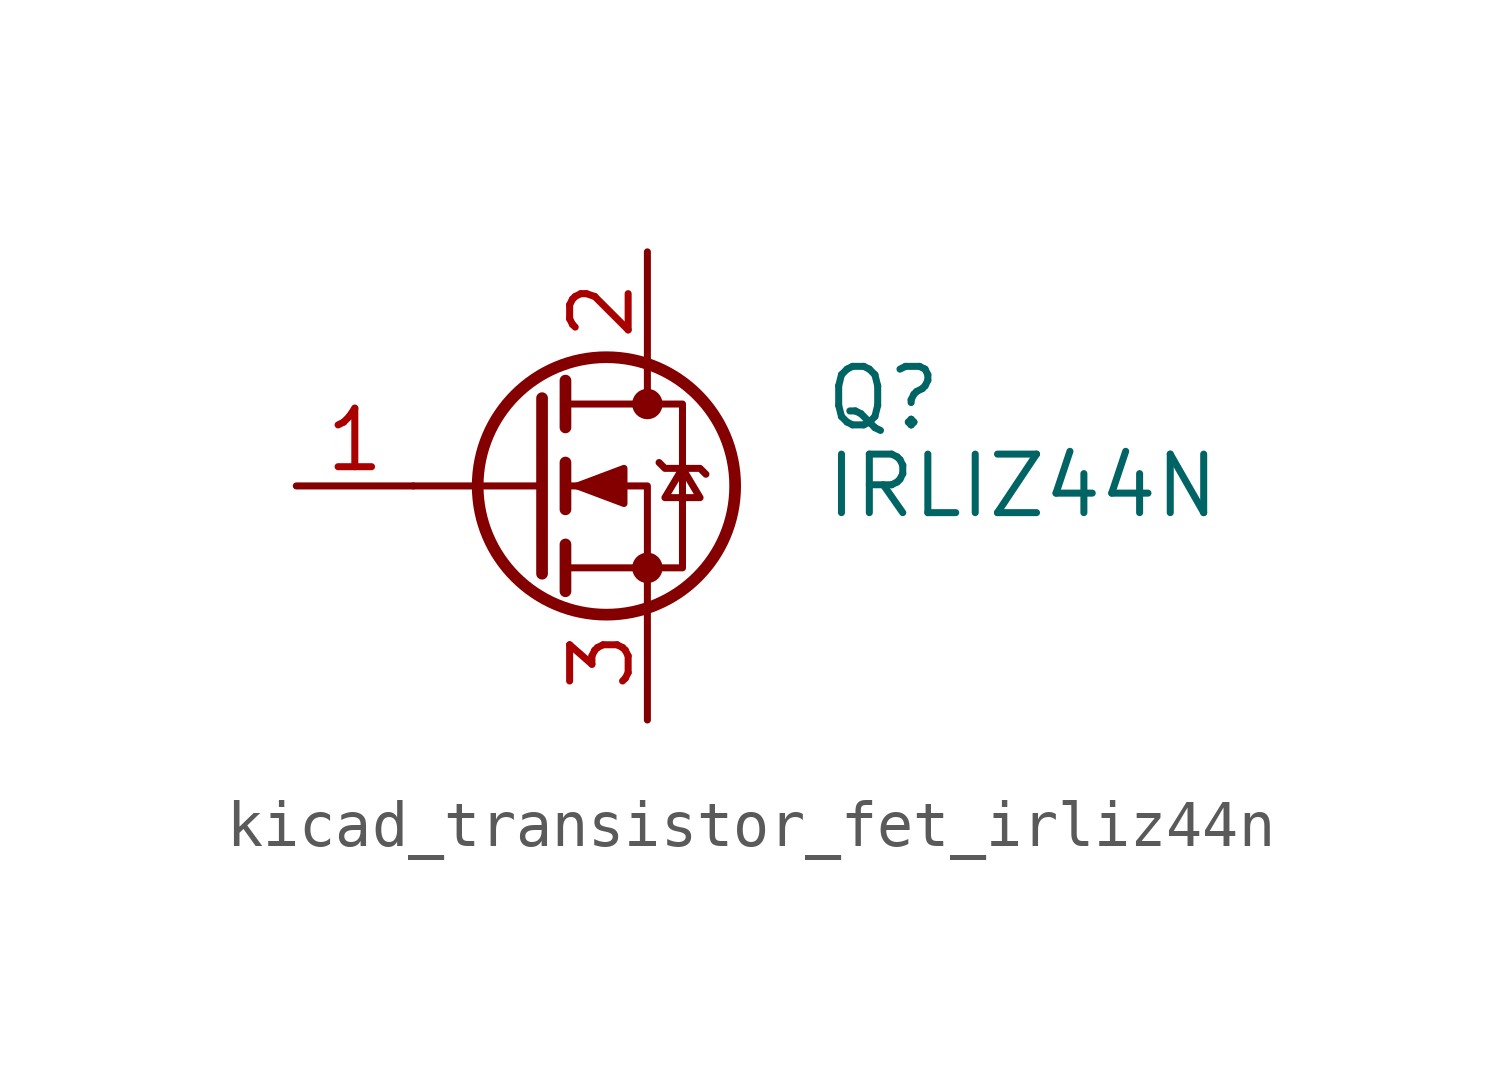
<source format=kicad_sym>
(kicad_symbol_lib
  (version 20220914)
  (generator kicad_symbol_editor)
  (symbol "kicad_transistor_fet_irliz44n"
    (pin_names hide)
    (property "Reference" "Q"
      (at 6.35 1.905 0)
      (effects (font (size 1.27 1.27)) (justify left)))
    (property "Value" "IRLIZ44N"
      (at 6.35 0 0)
      (effects (font (size 1.27 1.27)) (justify left)))
    (symbol "kicad_transistor_fet_irliz44n_0_1"
      (polyline (pts (xy 0.254 0) (xy -2.54 0)) (stroke (width 0) (type default)) (fill (type none)))
      (polyline (pts (xy 0.254 1.905) (xy 0.254 -1.905)) (stroke (width 0.254) (type default)) (fill (type none)))
      (polyline (pts (xy 0.762 -1.27) (xy 0.762 -2.286)) (stroke (width 0.254) (type default)) (fill (type none)))
      (polyline (pts (xy 0.762 0.508) (xy 0.762 -0.508)) (stroke (width 0.254) (type default)) (fill (type none)))
      (polyline (pts (xy 0.762 2.286) (xy 0.762 1.27)) (stroke (width 0.254) (type default)) (fill (type none)))
      (polyline (pts (xy 2.54 2.54) (xy 2.54 1.778)) (stroke (width 0) (type default)) (fill (type none)))
      (polyline (pts (xy 2.54 -2.54) (xy 2.54 0) (xy 0.762 0)) (stroke (width 0) (type default)) (fill (type none)))
      (polyline (pts (xy 0.762 -1.778) (xy 3.302 -1.778) (xy 3.302 1.778) (xy 0.762 1.778)) (stroke (width 0) (type default)) (fill (type none)))
      (polyline (pts (xy 1.016 0) (xy 2.032 0.381) (xy 2.032 -0.381) (xy 1.016 0)) (stroke (width 0) (type default)) (fill (type outline)))
      (polyline (pts (xy 2.794 0.508) (xy 2.921 0.381) (xy 3.683 0.381) (xy 3.81 0.254)) (stroke (width 0) (type default)) (fill (type none)))
      (polyline (pts (xy 3.302 0.381) (xy 2.921 -0.254) (xy 3.683 -0.254) (xy 3.302 0.381)) (stroke (width 0) (type default)) (fill (type none)))
      (circle (center 1.651 0) (radius 2.794) (stroke (width 0.254) (type default)) (fill (type none)))
      (circle (center 2.54 -1.778) (radius 0.254) (stroke (width 0) (type default)) (fill (type outline)))
      (circle (center 2.54 1.778) (radius 0.254) (stroke (width 0) (type default)) (fill (type outline))))
    (symbol "kicad_transistor_fet_irliz44n_1_1"
      (pin input line (at -5.08 0 0) (length 2.54) (name "G" (effects (font (size 1.27 1.27)))) (number "1" (effects (font (size 1.27 1.27)))))
      (pin passive line (at 2.54 5.08 270) (length 2.54) (name "D" (effects (font (size 1.27 1.27)))) (number "2" (effects (font (size 1.27 1.27)))))
      (pin passive line (at 2.54 -5.08 90) (length 2.54) (name "S" (effects (font (size 1.27 1.27)))) (number "3" (effects (font (size 1.27 1.27))))))))
</source>
